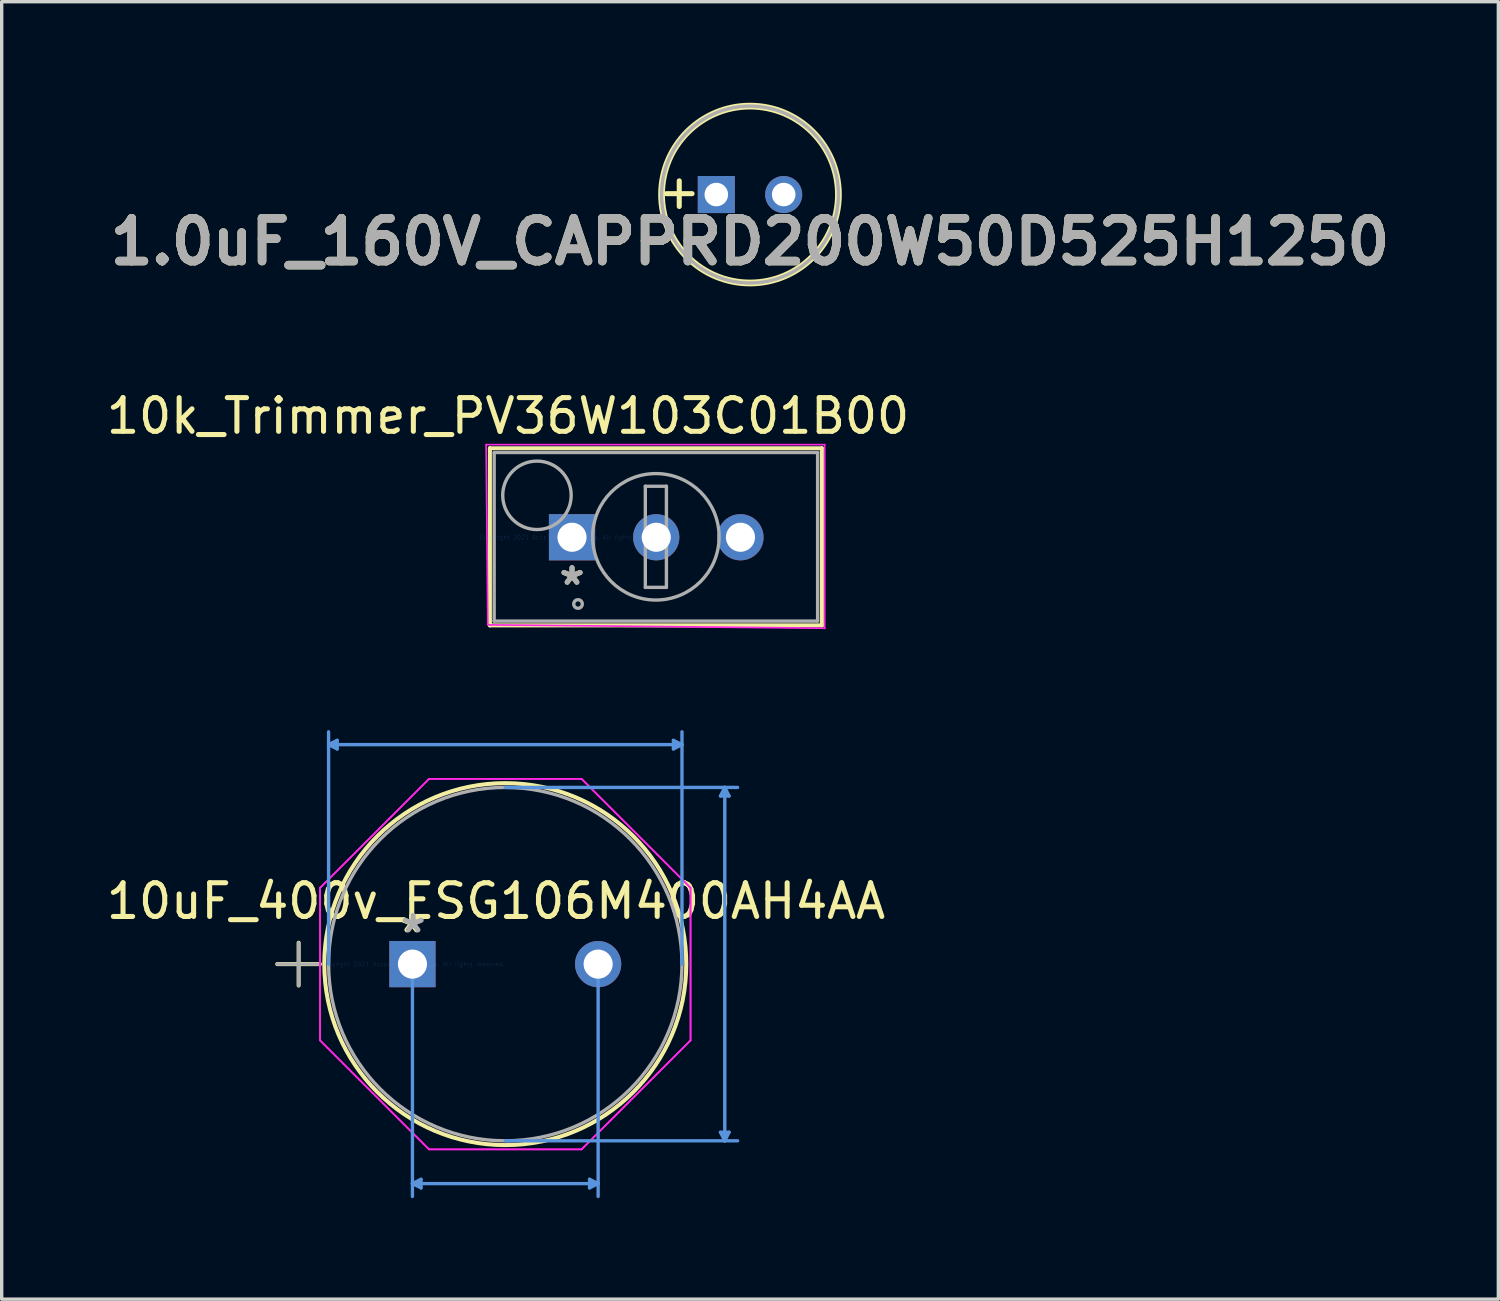
<source format=kicad_pcb>
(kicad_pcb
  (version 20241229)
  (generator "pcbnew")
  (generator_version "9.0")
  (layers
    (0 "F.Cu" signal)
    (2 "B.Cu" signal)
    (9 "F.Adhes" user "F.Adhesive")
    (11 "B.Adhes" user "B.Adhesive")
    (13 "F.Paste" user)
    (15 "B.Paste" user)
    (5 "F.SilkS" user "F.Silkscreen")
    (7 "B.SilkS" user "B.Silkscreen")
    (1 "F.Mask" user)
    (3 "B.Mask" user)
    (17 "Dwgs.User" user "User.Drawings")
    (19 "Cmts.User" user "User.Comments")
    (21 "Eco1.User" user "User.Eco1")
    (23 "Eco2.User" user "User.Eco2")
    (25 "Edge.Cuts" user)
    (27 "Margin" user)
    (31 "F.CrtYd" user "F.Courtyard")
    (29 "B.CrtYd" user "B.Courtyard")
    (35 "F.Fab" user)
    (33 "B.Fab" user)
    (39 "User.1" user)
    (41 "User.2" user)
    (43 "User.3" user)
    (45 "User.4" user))
  (footprint "1.0uF_160V_CAPPRD200W50D525H1250"
    (layer "F.Cu")
    (at 18.213 2.725)
    (property "Reference" "1.0uF_160V_CAPPRD200W50D525H1250" (at 1 1.4 0) (layer "F.SilkS") (effects (font (size 1.27 1.27) (thickness 0.254))))
    (attr through_hole)
    (fp_circle (center 1 0) (end 1 2.625) (stroke (width 0.2) (type solid)) (fill no) (layer "F.SilkS"))
    (fp_circle (center 1 0) (end 1 2.625) (stroke (width 0.1) (type solid)) (fill no) (layer "F.Fab"))
    (fp_text user "+" (at -1.1 -0.1 0) (unlocked yes) (layer "F.SilkS") (effects (font (size 1 1) (thickness 0.15))))
    (fp_text user "${REFERENCE}" (at 1 1.4 0) (layer "F.Fab") (effects (font (size 1.27 1.27) (thickness 0.254))))
    (pad "1" thru_hole rect (at 0 0) (size 1.1 1.1) (drill 0.7) (layers "*.Cu" "*.Mask"))
    (pad "2" thru_hole circle (at 2 0) (size 1.1 1.1) (drill 0.7) (layers "*.Cu" "*.Mask")))
  (footprint "10uF_400v_ESG106M400AH4AA"
    (layer "F.Cu")
    (at 9.193 25.569)
    (property "Reference" "10uF_400v_ESG106M400AH4AA" (at 2.48 -1.87 0) (layer "F.SilkS") (effects (font (size 1 1) (thickness 0.15))))
    (attr through_hole)
    (fp_line (start -4.013 0) (end -2.743 0) (stroke (width 0.12) (type solid)) (layer "F.SilkS"))
    (fp_line (start -3.378 -0.635) (end -3.378 0.635) (stroke (width 0.12) (type solid)) (layer "F.SilkS"))
    (fp_circle (center 2.756 0) (end 8.128 0) (stroke (width 0.12) (type solid)) (fill no) (layer "F.SilkS"))
    (fp_line (start -2.489 -6.515) (end -2.235 -6.642) (stroke (width 0.1) (type solid)) (layer "Cmts.User"))
    (fp_line (start -2.489 -6.515) (end -2.235 -6.388) (stroke (width 0.1) (type solid)) (layer "Cmts.User"))
    (fp_line (start -2.489 -6.515) (end 8.001 -6.515) (stroke (width 0.1) (type solid)) (layer "Cmts.User"))
    (fp_line (start -2.489 0) (end -2.489 -6.896) (stroke (width 0.1) (type solid)) (layer "Cmts.User"))
    (fp_line (start -2.235 -6.642) (end -2.235 -6.388) (stroke (width 0.1) (type solid)) (layer "Cmts.User"))
    (fp_line (start 0 0) (end 0 6.896) (stroke (width 0.1) (type solid)) (layer "Cmts.User"))
    (fp_line (start 0 6.515) (end 0.254 6.388) (stroke (width 0.1) (type solid)) (layer "Cmts.User"))
    (fp_line (start 0 6.515) (end 0.254 6.642) (stroke (width 0.1) (type solid)) (layer "Cmts.User"))
    (fp_line (start 0 6.515) (end 5.512 6.515) (stroke (width 0.1) (type solid)) (layer "Cmts.User"))
    (fp_line (start 0.254 6.388) (end 0.254 6.642) (stroke (width 0.1) (type solid)) (layer "Cmts.User"))
    (fp_line (start 2.756 -5.245) (end 9.652 -5.245) (stroke (width 0.1) (type solid)) (layer "Cmts.User"))
    (fp_line (start 2.756 5.245) (end 9.652 5.245) (stroke (width 0.1) (type solid)) (layer "Cmts.User"))
    (fp_line (start 5.258 6.388) (end 5.258 6.642) (stroke (width 0.1) (type solid)) (layer "Cmts.User"))
    (fp_line (start 5.512 0) (end 5.512 6.896) (stroke (width 0.1) (type solid)) (layer "Cmts.User"))
    (fp_line (start 5.512 6.515) (end 5.258 6.388) (stroke (width 0.1) (type solid)) (layer "Cmts.User"))
    (fp_line (start 5.512 6.515) (end 5.258 6.642) (stroke (width 0.1) (type solid)) (layer "Cmts.User"))
    (fp_line (start 7.747 -6.642) (end 7.747 -6.388) (stroke (width 0.1) (type solid)) (layer "Cmts.User"))
    (fp_line (start 8.001 -6.515) (end 7.747 -6.642) (stroke (width 0.1) (type solid)) (layer "Cmts.User"))
    (fp_line (start 8.001 -6.515) (end 7.747 -6.388) (stroke (width 0.1) (type solid)) (layer "Cmts.User"))
    (fp_line (start 8.001 0) (end 8.001 -6.896) (stroke (width 0.1) (type solid)) (layer "Cmts.User"))
    (fp_line (start 9.144 -4.991) (end 9.398 -4.991) (stroke (width 0.1) (type solid)) (layer "Cmts.User"))
    (fp_line (start 9.144 4.991) (end 9.398 4.991) (stroke (width 0.1) (type solid)) (layer "Cmts.User"))
    (fp_line (start 9.271 -5.245) (end 9.144 -4.991) (stroke (width 0.1) (type solid)) (layer "Cmts.User"))
    (fp_line (start 9.271 -5.245) (end 9.271 5.245) (stroke (width 0.1) (type solid)) (layer "Cmts.User"))
    (fp_line (start 9.271 -5.245) (end 9.398 -4.991) (stroke (width 0.1) (type solid)) (layer "Cmts.User"))
    (fp_line (start 9.271 5.245) (end 9.144 4.991) (stroke (width 0.1) (type solid)) (layer "Cmts.User"))
    (fp_line (start 9.271 5.245) (end 9.398 4.991) (stroke (width 0.1) (type solid)) (layer "Cmts.User"))
    (fp_line (start -2.743 -2.264) (end 0.492 -5.499) (stroke (width 0.05) (type solid)) (layer "F.CrtYd"))
    (fp_line (start -2.743 -2.264) (end 0.492 -5.499) (stroke (width 0.05) (type solid)) (layer "F.CrtYd"))
    (fp_line (start -2.743 2.264) (end -2.743 -2.264) (stroke (width 0.05) (type solid)) (layer "F.CrtYd"))
    (fp_line (start -2.743 2.264) (end -2.743 -2.264) (stroke (width 0.05) (type solid)) (layer "F.CrtYd"))
    (fp_line (start 0.492 -5.499) (end 5.02 -5.499) (stroke (width 0.05) (type solid)) (layer "F.CrtYd"))
    (fp_line (start 0.492 -5.499) (end 5.02 -5.499) (stroke (width 0.05) (type solid)) (layer "F.CrtYd"))
    (fp_line (start 0.492 5.499) (end -2.743 2.264) (stroke (width 0.05) (type solid)) (layer "F.CrtYd"))
    (fp_line (start 0.492 5.499) (end -2.743 2.264) (stroke (width 0.05) (type solid)) (layer "F.CrtYd"))
    (fp_line (start 5.02 -5.499) (end 8.255 -2.264) (stroke (width 0.05) (type solid)) (layer "F.CrtYd"))
    (fp_line (start 5.02 -5.499) (end 8.255 -2.264) (stroke (width 0.05) (type solid)) (layer "F.CrtYd"))
    (fp_line (start 5.02 5.499) (end 0.492 5.499) (stroke (width 0.05) (type solid)) (layer "F.CrtYd"))
    (fp_line (start 5.02 5.499) (end 0.492 5.499) (stroke (width 0.05) (type solid)) (layer "F.CrtYd"))
    (fp_line (start 8.255 -2.264) (end 8.255 2.264) (stroke (width 0.05) (type solid)) (layer "F.CrtYd"))
    (fp_line (start 8.255 -2.264) (end 8.255 2.264) (stroke (width 0.05) (type solid)) (layer "F.CrtYd"))
    (fp_line (start 8.255 2.264) (end 5.02 5.499) (stroke (width 0.05) (type solid)) (layer "F.CrtYd"))
    (fp_line (start 8.255 2.264) (end 5.02 5.499) (stroke (width 0.05) (type solid)) (layer "F.CrtYd"))
    (fp_line (start -4.013 0) (end -2.743 0) (stroke (width 0.1) (type solid)) (layer "F.Fab"))
    (fp_line (start -3.378 -0.635) (end -3.378 0.635) (stroke (width 0.1) (type solid)) (layer "F.Fab"))
    (fp_circle (center 2.756 0) (end 8.001 0) (stroke (width 0.1) (type solid)) (fill no) (layer "F.Fab"))
    (fp_text user "*" (at -0.02 -0.9 0) (layer "F.SilkS") (effects (font (size 1 1) (thickness 0.15))))
    (fp_text user "Copyright 2021 Accelerated Designs. All rights reserved." (at 0 0 0) (layer "Cmts.User") (effects (font (size 0.127 0.127) (thickness 0.002))))
    (fp_text user "*" (at 0.02 -0.9 0) (layer "F.Fab") (effects (font (size 1 1) (thickness 0.15))))
    (pad "1" thru_hole rect (at 0 0) (size 1.372 1.372) (drill 0.864) (layers "*.Cu" "*.Mask"))
    (pad "2" thru_hole circle (at 5.512 0) (size 1.372 1.372) (drill 0.864) (layers "*.Cu" "*.Mask")))
  (footprint "10k_Trimmer_PV36W103C01B00"
    (layer "F.Cu")
    (at 13.93 12.898)
    (property "Reference" "10k_Trimmer_PV36W103C01B00" (at -1.9 -3.6 0) (layer "F.SilkS") (effects (font (size 1 1) (thickness 0.15))))
    (attr through_hole)
    (fp_line (start -2.438 -2.642) (end -2.438 2.616) (stroke (width 0.12) (type solid)) (layer "F.SilkS"))
    (fp_line (start -2.438 2.616) (end 7.417 2.616) (stroke (width 0.12) (type solid)) (layer "F.SilkS"))
    (fp_line (start 7.417 -2.642) (end -2.438 -2.642) (stroke (width 0.12) (type solid)) (layer "F.SilkS"))
    (fp_line (start 7.417 2.616) (end 7.417 -2.642) (stroke (width 0.12) (type solid)) (layer "F.SilkS"))
    (fp_line (start -2.55 -2.75) (end 7.5 -2.75) (stroke (width 0.05) (type solid)) (layer "F.CrtYd"))
    (fp_line (start -2.5 2.6) (end -2.55 -2.75) (stroke (width 0.05) (type solid)) (layer "F.CrtYd"))
    (fp_line (start 7.5 -2.75) (end 7.5 2.7) (stroke (width 0.05) (type solid)) (layer "F.CrtYd"))
    (fp_line (start 7.5 2.7) (end -2.5 2.6) (stroke (width 0.05) (type solid)) (layer "F.CrtYd"))
    (fp_line (start -2.311 -2.515) (end -2.311 2.489) (stroke (width 0.1) (type solid)) (layer "F.Fab"))
    (fp_line (start -2.311 2.489) (end 7.29 2.489) (stroke (width 0.1) (type solid)) (layer "F.Fab"))
    (fp_line (start 2.176 -1.514) (end 2.176 1.488) (stroke (width 0.1) (type solid)) (layer "F.Fab"))
    (fp_line (start 2.176 -1.514) (end 2.802 -1.514) (stroke (width 0.1) (type solid)) (layer "F.Fab"))
    (fp_line (start 2.176 1.488) (end 2.802 1.488) (stroke (width 0.1) (type solid)) (layer "F.Fab"))
    (fp_line (start 2.802 -1.514) (end 2.802 1.488) (stroke (width 0.1) (type solid)) (layer "F.Fab"))
    (fp_line (start 7.29 -2.515) (end -2.311 -2.515) (stroke (width 0.1) (type solid)) (layer "F.Fab"))
    (fp_line (start 7.29 2.489) (end 7.29 -2.515) (stroke (width 0.1) (type solid)) (layer "F.Fab"))
    (fp_circle (center -1.041 -1.245) (end -0.025 -1.245) (stroke (width 0.1) (type solid)) (fill no) (layer "F.Fab"))
    (fp_circle (center 0.178 1.981) (end 0.305 1.981) (stroke (width 0.1) (type solid)) (fill no) (layer "F.Fab"))
    (fp_circle (center 2.489 -0.013) (end 4.366 -0.013) (stroke (width 0.1) (type solid)) (fill no) (layer "F.Fab"))
    (fp_text user "*" (at 0 1.45 0) (layer "F.SilkS") (effects (font (size 1 1) (thickness 0.15))))
    (fp_text user "Copyright 2021 Accelerated Designs. All rights reserved." (at 0 0 0) (layer "Cmts.User") (effects (font (size 0.127 0.127) (thickness 0.002))))
    (fp_text user "*" (at 0 1.45 0) (layer "F.Fab") (effects (font (size 1 1) (thickness 0.15))))
    (pad "1" thru_hole rect (at 0 0) (size 1.372 1.372) (drill 0.864) (layers "*.Cu" "*.Mask"))
    (pad "2" thru_hole circle (at 2.5 0) (size 1.372 1.372) (drill 0.864) (layers "*.Cu" "*.Mask"))
    (pad "3" thru_hole circle (at 5 0) (size 1.372 1.372) (drill 0.864) (layers "*.Cu" "*.Mask")))
  (gr_rect
    (start -3 -3)
    (end 41.427 35.515)
    (stroke (width 0.1) (type default))
    (fill no)
    (layer "Edge.Cuts")))
</source>
